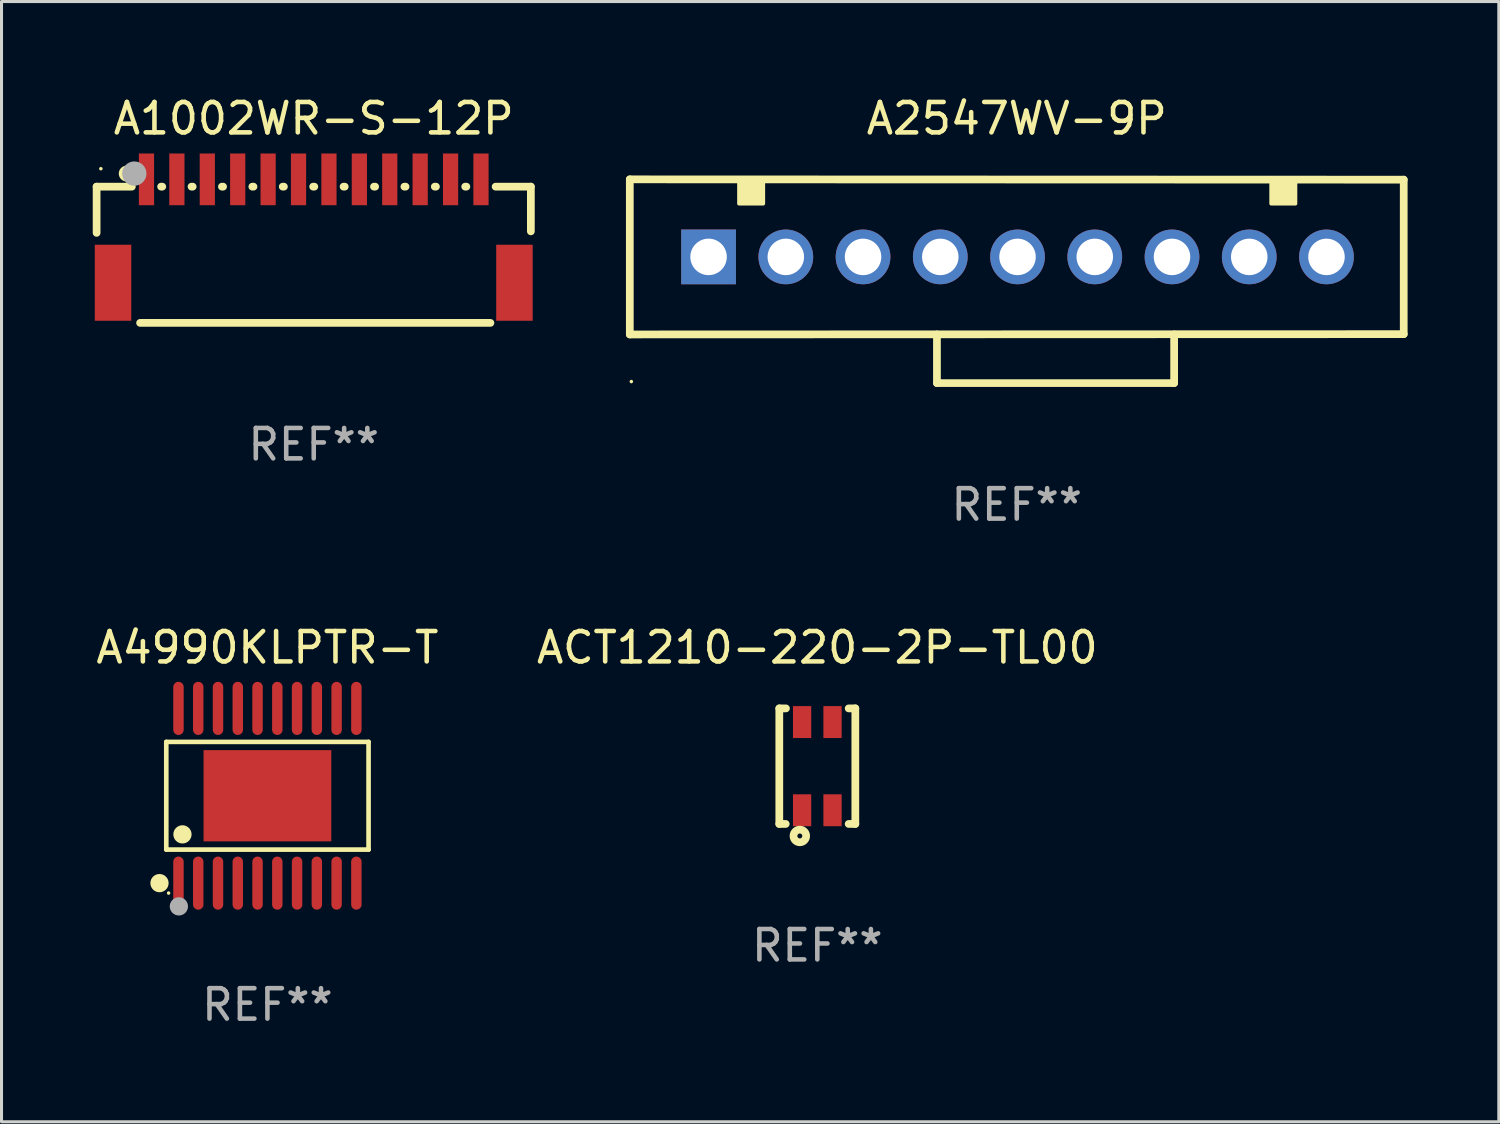
<source format=kicad_pcb>
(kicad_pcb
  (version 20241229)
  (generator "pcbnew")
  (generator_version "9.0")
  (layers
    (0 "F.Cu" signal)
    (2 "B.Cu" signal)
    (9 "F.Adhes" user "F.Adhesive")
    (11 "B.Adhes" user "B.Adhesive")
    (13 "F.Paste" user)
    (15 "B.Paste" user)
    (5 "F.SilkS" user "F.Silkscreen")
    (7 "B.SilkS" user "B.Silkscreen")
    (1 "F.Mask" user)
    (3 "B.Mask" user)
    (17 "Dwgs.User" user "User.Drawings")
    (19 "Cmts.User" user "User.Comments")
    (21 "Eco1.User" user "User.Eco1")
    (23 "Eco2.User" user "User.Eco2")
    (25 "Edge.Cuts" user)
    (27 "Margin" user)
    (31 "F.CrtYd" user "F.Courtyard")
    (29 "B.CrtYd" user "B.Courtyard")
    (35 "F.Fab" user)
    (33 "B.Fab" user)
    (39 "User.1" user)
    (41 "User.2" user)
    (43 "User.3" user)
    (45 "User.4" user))
  (footprint "A4990KLPTR-T"
    (layer "F.Cu")
    (at 5.744 23.118)
    (property "Reference" "A4990KLPTR-T" (at 0 -4.873 0) (layer "F.SilkS") (effects (font (size 1 1) (thickness 0.15))))
    (attr through_hole)
    (fp_line (start -3.326 -1.771) (end 3.326 -1.771) (stroke (width 0.152) (type solid)) (layer "F.SilkS"))
    (fp_line (start -3.326 1.771) (end -3.326 -1.771) (stroke (width 0.152) (type solid)) (layer "F.SilkS"))
    (fp_line (start 3.326 -1.771) (end 3.326 1.771) (stroke (width 0.152) (type solid)) (layer "F.SilkS"))
    (fp_line (start 3.326 1.771) (end -3.326 1.771) (stroke (width 0.152) (type solid)) (layer "F.SilkS"))
    (fp_circle (center -3.549 2.873) (end -3.399 2.873) (stroke (width 0.3) (type solid)) (fill no) (layer "F.SilkS"))
    (fp_circle (center -3.25 3.2) (end -3.22 3.2) (stroke (width 0.06) (type solid)) (fill no) (layer "F.SilkS"))
    (fp_circle (center -2.794 1.27) (end -2.644 1.27) (stroke (width 0.3) (type solid)) (fill no) (layer "F.SilkS"))
    (fp_circle (center -2.912 3.638) (end -2.762 3.638) (stroke (width 0.3) (type solid)) (fill no) (layer "F.Fab"))
    (fp_text user "REF**" (at 0 6.873 0) (layer "F.Fab") (effects (font (size 1 1) (thickness 0.15))))
    (pad "1" smd oval (at -2.925 2.873) (size 0.343 1.747) (layers "F.Cu" "F.Mask" "F.Paste"))
    (pad "2" smd oval (at -2.275 2.873) (size 0.343 1.747) (layers "F.Cu" "F.Mask" "F.Paste"))
    (pad "3" smd oval (at -1.625 2.873) (size 0.343 1.747) (layers "F.Cu" "F.Mask" "F.Paste"))
    (pad "4" smd oval (at -0.975 2.873) (size 0.343 1.747) (layers "F.Cu" "F.Mask" "F.Paste"))
    (pad "5" smd oval (at -0.325 2.873) (size 0.343 1.747) (layers "F.Cu" "F.Mask" "F.Paste"))
    (pad "6" smd oval (at 0.325 2.873) (size 0.343 1.747) (layers "F.Cu" "F.Mask" "F.Paste"))
    (pad "7" smd oval (at 0.975 2.873) (size 0.343 1.747) (layers "F.Cu" "F.Mask" "F.Paste"))
    (pad "8" smd oval (at 1.625 2.873) (size 0.343 1.747) (layers "F.Cu" "F.Mask" "F.Paste"))
    (pad "9" smd oval (at 2.275 2.873) (size 0.343 1.747) (layers "F.Cu" "F.Mask" "F.Paste"))
    (pad "10" smd oval (at 2.925 2.873) (size 0.343 1.747) (layers "F.Cu" "F.Mask" "F.Paste"))
    (pad "11" smd oval (at 2.925 -2.873) (size 0.343 1.747) (layers "F.Cu" "F.Mask" "F.Paste"))
    (pad "12" smd oval (at 2.275 -2.873) (size 0.343 1.747) (layers "F.Cu" "F.Mask" "F.Paste"))
    (pad "13" smd oval (at 1.625 -2.873) (size 0.343 1.747) (layers "F.Cu" "F.Mask" "F.Paste"))
    (pad "14" smd oval (at 0.975 -2.873) (size 0.343 1.747) (layers "F.Cu" "F.Mask" "F.Paste"))
    (pad "15" smd oval (at 0.325 -2.873) (size 0.343 1.747) (layers "F.Cu" "F.Mask" "F.Paste"))
    (pad "16" smd oval (at -0.325 -2.873) (size 0.343 1.747) (layers "F.Cu" "F.Mask" "F.Paste"))
    (pad "17" smd oval (at -0.975 -2.873) (size 0.343 1.747) (layers "F.Cu" "F.Mask" "F.Paste"))
    (pad "18" smd oval (at -1.625 -2.873) (size 0.343 1.747) (layers "F.Cu" "F.Mask" "F.Paste"))
    (pad "19" smd oval (at -2.275 -2.873) (size 0.343 1.747) (layers "F.Cu" "F.Mask" "F.Paste"))
    (pad "20" smd oval (at -2.925 -2.873) (size 0.343 1.747) (layers "F.Cu" "F.Mask" "F.Paste"))
    (pad "21" smd rect (at 0 0) (size 4.2 3) (layers "F.Cu" "F.Mask" "F.Paste")))
  (footprint "A1002WR-S-12P"
    (layer "F.Cu")
    (at 7.267 5.208)
    (property "Reference" "A1002WR-S-12P" (at 0 -4.36 0) (layer "F.SilkS") (effects (font (size 1 1) (thickness 0.15))))
    (attr through_hole)
    (fp_line (start -7.14 -2.12) (end -5.981 -2.12) (stroke (width 0.254) (type solid)) (layer "F.SilkS"))
    (fp_line (start -7.14 -0.6) (end -7.14 -2.12) (stroke (width 0.254) (type solid)) (layer "F.SilkS"))
    (fp_line (start -5.71 2.36) (end 5.81 2.36) (stroke (width 0.254) (type solid)) (layer "F.SilkS"))
    (fp_line (start -5.019 -2.12) (end -4.981 -2.12) (stroke (width 0.254) (type solid)) (layer "F.SilkS"))
    (fp_line (start -4.019 -2.12) (end -3.981 -2.12) (stroke (width 0.254) (type solid)) (layer "F.SilkS"))
    (fp_line (start -3.019 -2.12) (end -2.981 -2.12) (stroke (width 0.254) (type solid)) (layer "F.SilkS"))
    (fp_line (start -2.019 -2.12) (end -1.981 -2.12) (stroke (width 0.254) (type solid)) (layer "F.SilkS"))
    (fp_line (start -1.019 -2.12) (end -0.981 -2.12) (stroke (width 0.254) (type solid)) (layer "F.SilkS"))
    (fp_line (start -0.019 -2.12) (end 0.019 -2.12) (stroke (width 0.254) (type solid)) (layer "F.SilkS"))
    (fp_line (start 0.981 -2.12) (end 1.019 -2.12) (stroke (width 0.254) (type solid)) (layer "F.SilkS"))
    (fp_line (start 1.981 -2.12) (end 2.019 -2.12) (stroke (width 0.254) (type solid)) (layer "F.SilkS"))
    (fp_line (start 2.981 -2.12) (end 3.019 -2.12) (stroke (width 0.254) (type solid)) (layer "F.SilkS"))
    (fp_line (start 3.981 -2.12) (end 4.019 -2.12) (stroke (width 0.254) (type solid)) (layer "F.SilkS"))
    (fp_line (start 4.981 -2.12) (end 5.019 -2.12) (stroke (width 0.254) (type solid)) (layer "F.SilkS"))
    (fp_line (start 5.981 -2.12) (end 7.14 -2.12) (stroke (width 0.254) (type solid)) (layer "F.SilkS"))
    (fp_line (start 7.14 -2.12) (end 7.14 -0.65) (stroke (width 0.254) (type solid)) (layer "F.SilkS"))
    (fp_circle (center -7 -2.71) (end -6.97 -2.71) (stroke (width 0.06) (type solid)) (fill no) (layer "F.SilkS"))
    (fp_circle (center -6.15 -2.55) (end -6.016 -2.55) (stroke (width 0.254) (type solid)) (fill no) (layer "F.SilkS"))
    (fp_circle (center -5.9 -2.55) (end -5.7 -2.55) (stroke (width 0.4) (type solid)) (fill no) (layer "F.Fab"))
    (fp_text user "REF**" (at 0 6.36 0) (layer "F.Fab") (effects (font (size 1 1) (thickness 0.15))))
    (pad "1" smd rect (at -5.5 -2.36) (size 0.5 1.7) (layers "F.Cu" "F.Mask" "F.Paste"))
    (pad "2" smd rect (at -4.5 -2.36) (size 0.5 1.7) (layers "F.Cu" "F.Mask" "F.Paste"))
    (pad "3" smd rect (at -3.5 -2.36) (size 0.5 1.7) (layers "F.Cu" "F.Mask" "F.Paste"))
    (pad "4" smd rect (at -2.5 -2.36) (size 0.5 1.7) (layers "F.Cu" "F.Mask" "F.Paste"))
    (pad "5" smd rect (at -1.5 -2.36) (size 0.5 1.7) (layers "F.Cu" "F.Mask" "F.Paste"))
    (pad "6" smd rect (at -0.5 -2.36) (size 0.5 1.7) (layers "F.Cu" "F.Mask" "F.Paste"))
    (pad "7" smd rect (at 0.5 -2.36) (size 0.5 1.7) (layers "F.Cu" "F.Mask" "F.Paste"))
    (pad "8" smd rect (at 1.5 -2.36) (size 0.5 1.7) (layers "F.Cu" "F.Mask" "F.Paste"))
    (pad "9" smd rect (at 2.5 -2.36) (size 0.5 1.7) (layers "F.Cu" "F.Mask" "F.Paste"))
    (pad "10" smd rect (at 3.5 -2.36) (size 0.5 1.7) (layers "F.Cu" "F.Mask" "F.Paste"))
    (pad "11" smd rect (at 4.5 -2.36) (size 0.5 1.7) (layers "F.Cu" "F.Mask" "F.Paste"))
    (pad "12" smd rect (at 5.5 -2.36) (size 0.5 1.7) (layers "F.Cu" "F.Mask" "F.Paste"))
    (pad "13" smd rect (at 6.6 1.04) (size 1.2 2.5) (layers "F.Cu" "F.Mask" "F.Paste"))
    (pad "14" smd rect (at -6.6 1.04) (size 1.2 2.5) (layers "F.Cu" "F.Mask" "F.Paste")))
  (footprint "A2547WV-9P"
    (layer "F.Cu")
    (at 30.386 6.198)
    (property "Reference" "A2547WV-9P" (at 0 -5.35 0) (layer "F.SilkS") (effects (font (size 1 1) (thickness 0.15))))
    (attr through_hole)
    (fp_line (start -12.725 -3.35) (end -12.725 1.75) (stroke (width 0.254) (type solid)) (layer "F.SilkS"))
    (fp_line (start -12.725 -3.35) (end 12.725 -3.34) (stroke (width 0.254) (type solid)) (layer "F.SilkS"))
    (fp_line (start -12.725 1.75) (end 12.725 1.74) (stroke (width 0.254) (type solid)) (layer "F.SilkS"))
    (fp_line (start -2.625 3.35) (end -2.625 1.75) (stroke (width 0.254) (type solid)) (layer "F.SilkS"))
    (fp_line (start -2.625 3.35) (end 5.175 3.35) (stroke (width 0.254) (type solid)) (layer "F.SilkS"))
    (fp_line (start 5.175 3.35) (end 5.175 1.75) (stroke (width 0.254) (type solid)) (layer "F.SilkS"))
    (fp_line (start 12.725 -3.34) (end 12.725 1.74) (stroke (width 0.254) (type solid)) (layer "F.SilkS"))
    (fp_circle (center -12.675 3.3) (end -12.645 3.3) (stroke (width 0.06) (type solid)) (fill no) (layer "F.SilkS"))
    (fp_poly (pts (xy -9.135 -3.35) (xy -8.335 -3.35) (xy -8.335 -2.55) (xy -9.135 -2.55)) (stroke (width 0.12) (type solid)) (fill yes) (layer "F.SilkS"))
    (fp_poly (pts (xy 8.365 -3.35) (xy 9.165 -3.35) (xy 9.165 -2.55) (xy 8.365 -2.55)) (stroke (width 0.12) (type solid)) (fill yes) (layer "F.SilkS"))
    (fp_text user "REF**" (at 0 7.35 0) (layer "F.Fab") (effects (font (size 1 1) (thickness 0.15))))
    (pad "1" thru_hole rect (at -10.135 -0.8) (size 1.8 1.8) (drill 1.2) (layers "*.Cu" "*.Mask"))
    (pad "2" thru_hole circle (at -7.595 -0.8) (size 1.8 1.8) (drill 1.2) (layers "*.Cu" "*.Mask"))
    (pad "3" thru_hole circle (at -5.055 -0.8) (size 1.8 1.8) (drill 1.2) (layers "*.Cu" "*.Mask"))
    (pad "4" thru_hole circle (at -2.515 -0.8) (size 1.8 1.8) (drill 1.2) (layers "*.Cu" "*.Mask"))
    (pad "5" thru_hole circle (at 0.025 -0.8) (size 1.8 1.8) (drill 1.2) (layers "*.Cu" "*.Mask"))
    (pad "6" thru_hole circle (at 2.565 -0.8) (size 1.8 1.8) (drill 1.2) (layers "*.Cu" "*.Mask"))
    (pad "7" thru_hole circle (at 5.105 -0.8) (size 1.8 1.8) (drill 1.2) (layers "*.Cu" "*.Mask"))
    (pad "8" thru_hole circle (at 7.645 -0.8) (size 1.8 1.8) (drill 1.2) (layers "*.Cu" "*.Mask"))
    (pad "9" thru_hole circle (at 10.185 -0.8) (size 1.8 1.8) (drill 1.2) (layers "*.Cu" "*.Mask")))
  (footprint "ACT1210-220-2P-TL00"
    (layer "F.Cu")
    (at 23.827 22.145)
    (property "Reference" "ACT1210-220-2P-TL00" (at 0 -3.9 0) (layer "F.SilkS") (effects (font (size 1 1) (thickness 0.15))))
    (attr through_hole)
    (fp_line (start -1.25 -1.9) (end -1.031 -1.9) (stroke (width 0.254) (type solid)) (layer "F.SilkS"))
    (fp_line (start -1.25 1.9) (end -1.25 -1.9) (stroke (width 0.254) (type solid)) (layer "F.SilkS"))
    (fp_line (start -1.039 1.9) (end -1.25 1.9) (stroke (width 0.254) (type solid)) (layer "F.SilkS"))
    (fp_line (start 1.031 -1.9) (end 1.25 -1.9) (stroke (width 0.254) (type solid)) (layer "F.SilkS"))
    (fp_line (start 1.25 -1.9) (end 1.25 1.9) (stroke (width 0.254) (type solid)) (layer "F.SilkS"))
    (fp_line (start 1.25 1.9) (end 1.031 1.9) (stroke (width 0.254) (type solid)) (layer "F.SilkS"))
    (fp_circle (center -1.25 1.95) (end -1.22 1.95) (stroke (width 0.06) (type solid)) (fill no) (layer "F.SilkS"))
    (fp_circle (center -0.575 2.295) (end -0.494 2.295) (stroke (width 0.254) (type solid)) (fill no) (layer "F.SilkS"))
    (fp_text user "REF**" (at 0 5.9 0) (layer "F.Fab") (effects (font (size 1 1) (thickness 0.15))))
    (pad "1" smd rect (at -0.5 1.45 90) (size 1.05 0.6) (layers "F.Cu" "F.Mask" "F.Paste"))
    (pad "2" smd rect (at 0.5 1.45 90) (size 1.05 0.6) (layers "F.Cu" "F.Mask" "F.Paste"))
    (pad "3" smd rect (at 0.5 -1.45 90) (size 1.05 0.6) (layers "F.Cu" "F.Mask" "F.Paste"))
    (pad "4" smd rect (at -0.5 -1.45 90) (size 1.05 0.6) (layers "F.Cu" "F.Mask" "F.Paste")))
  (gr_rect
    (start -3 -3)
    (end 46.238 33.84)
    (stroke (width 0.1) (type default))
    (fill no)
    (layer "Edge.Cuts")))
</source>
